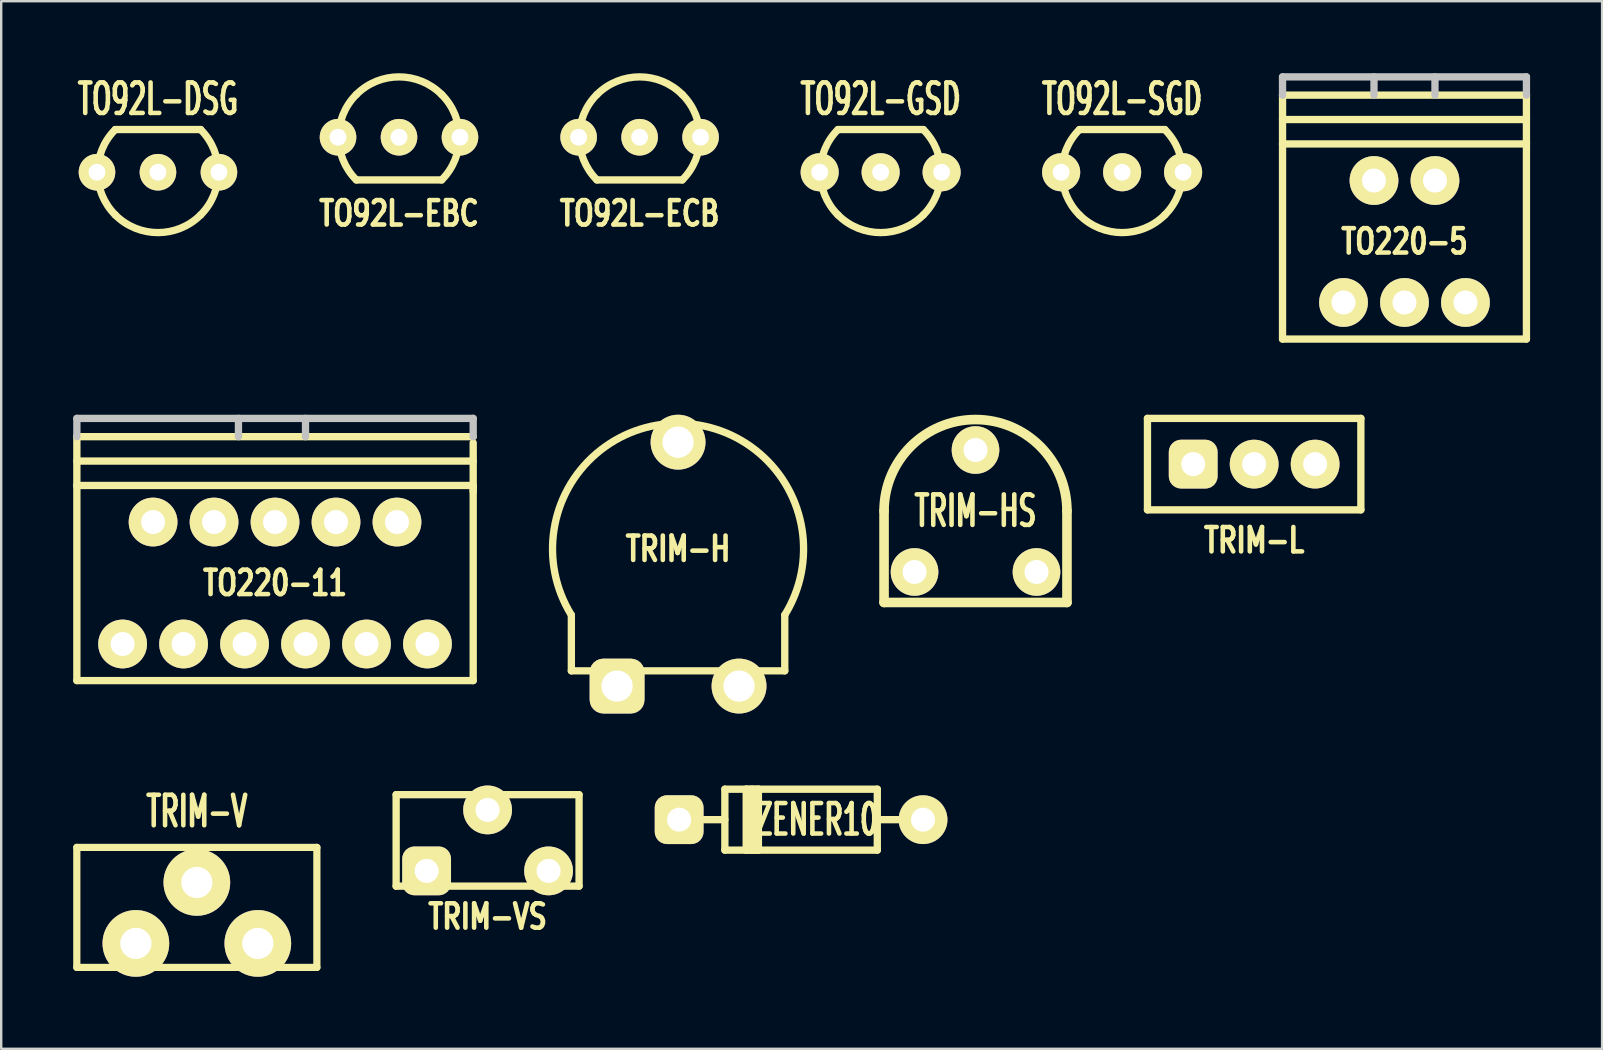
<source format=kicad_pcb>
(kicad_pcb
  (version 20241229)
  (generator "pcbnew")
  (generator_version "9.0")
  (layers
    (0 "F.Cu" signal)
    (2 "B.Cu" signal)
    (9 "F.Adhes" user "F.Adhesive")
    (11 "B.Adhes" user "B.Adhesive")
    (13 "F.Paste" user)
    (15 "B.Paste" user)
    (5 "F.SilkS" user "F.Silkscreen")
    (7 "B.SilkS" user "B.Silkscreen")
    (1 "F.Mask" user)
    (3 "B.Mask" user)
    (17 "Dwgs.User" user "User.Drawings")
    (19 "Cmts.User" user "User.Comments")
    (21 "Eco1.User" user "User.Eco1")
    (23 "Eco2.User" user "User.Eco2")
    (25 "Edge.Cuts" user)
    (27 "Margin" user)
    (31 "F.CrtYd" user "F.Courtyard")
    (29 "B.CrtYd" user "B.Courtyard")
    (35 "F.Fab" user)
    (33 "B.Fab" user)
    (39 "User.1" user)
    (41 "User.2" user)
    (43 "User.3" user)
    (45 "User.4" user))
  (footprint "TO92L-GSD"
    (layer "F.Cu")
    (at 33.635 4.125)
    (property "Reference" "TO92L-GSD" (at 0 -3.048 0) (layer "F.SilkS") (effects (font (size 1.27 0.762) (thickness 0.191))))
    (attr through_hole)
    (fp_line (start -1.778 -1.778) (end 1.778 -1.778) (stroke (width 0.305) (type solid)) (layer "F.SilkS"))
    (fp_arc (start -1.778 1.778) (mid -2.514472 0) (end -1.778 -1.778) (stroke (width 0.3048) (type solid)) (layer "F.SilkS"))
    (fp_arc (start 1.778 -1.778) (mid 2.514472 0) (end 1.778 1.778) (stroke (width 0.3048) (type solid)) (layer "F.SilkS"))
    (fp_arc (start 1.778 1.778) (mid 0 2.514472) (end -1.778 1.778) (stroke (width 0.3048) (type solid)) (layer "F.SilkS"))
    (pad "D" thru_hole circle (at -2.54 0) (size 1.587 1.587) (drill 0.7) (layers "*.Cu" "*.Mask" "F.SilkS"))
    (pad "G" thru_hole circle (at 2.54 0) (size 1.587 1.587) (drill 0.7) (layers "*.Cu" "*.Mask" "F.SilkS"))
    (pad "S" thru_hole circle (at 0 0) (size 1.587 1.587) (drill 0.7) (layers "*.Cu" "*.Mask" "F.SilkS")))
  (footprint "TRIM-L"
    (layer "F.Cu")
    (at 49.195 16.284)
    (property "Reference" "TRIM-L" (at 0 3.175 0) (layer "F.SilkS") (effects (font (size 1.016 0.762) (thickness 0.191))))
    (attr through_hole)
    (fp_line (start -4.445 -1.905) (end -4.445 1.905) (stroke (width 0.305) (type solid)) (layer "F.SilkS"))
    (fp_line (start -4.445 -1.905) (end 4.445 -1.905) (stroke (width 0.305) (type solid)) (layer "F.SilkS"))
    (fp_line (start -4.445 1.905) (end 4.445 1.905) (stroke (width 0.305) (type solid)) (layer "F.SilkS"))
    (fp_line (start 4.445 1.905) (end 4.445 -1.905) (stroke (width 0.305) (type solid)) (layer "F.SilkS"))
    (pad "1" thru_hole roundrect (at -2.54 0) (size 2.032 2.032) (drill 1) (layers "*.Cu" "*.Mask" "F.SilkS") (roundrect_rratio 0.25))
    (pad "2" thru_hole circle (at 0 0) (size 2.032 2.032) (drill 1) (layers "*.Cu" "*.Mask" "F.SilkS"))
    (pad "3" thru_hole circle (at 2.54 0) (size 2.032 2.032) (drill 1) (layers "*.Cu" "*.Mask" "F.SilkS")))
  (footprint "TO220-11"
    (layer "F.Cu")
    (at 8.407 18.697)
    (property "Reference" "TO220-11" (at 0 2.54 0) (layer "F.SilkS") (effects (font (size 1.016 0.762) (thickness 0.191))))
    (attr through_hole)
    (fp_line (start -8.255 -3.556) (end 8.255 -3.556) (stroke (width 0.305) (type solid)) (layer "F.SilkS"))
    (fp_line (start -8.255 -2.54) (end 8.255 -2.54) (stroke (width 0.305) (type solid)) (layer "F.SilkS"))
    (fp_line (start -8.255 -1.524) (end -8.255 -3.556) (stroke (width 0.305) (type solid)) (layer "F.SilkS"))
    (fp_line (start -8.255 -1.524) (end -8.255 6.604) (stroke (width 0.305) (type solid)) (layer "F.SilkS"))
    (fp_line (start -8.255 -1.524) (end 8.255 -1.524) (stroke (width 0.305) (type solid)) (layer "F.SilkS"))
    (fp_line (start -8.255 6.604) (end 8.255 6.604) (stroke (width 0.305) (type solid)) (layer "F.SilkS"))
    (fp_line (start 8.255 -3.302) (end 8.255 -1.27) (stroke (width 0.305) (type solid)) (layer "F.SilkS"))
    (fp_line (start 8.255 -1.524) (end 8.255 6.604) (stroke (width 0.305) (type solid)) (layer "F.SilkS"))
    (fp_line (start -8.255 -4.318) (end -8.255 -3.556) (stroke (width 0.305) (type solid)) (layer "Dwgs.User"))
    (fp_line (start -8.255 -4.318) (end 8.255 -4.318) (stroke (width 0.305) (type solid)) (layer "Dwgs.User"))
    (fp_line (start -1.524 -4.318) (end -1.524 -3.556) (stroke (width 0.305) (type solid)) (layer "Dwgs.User"))
    (fp_line (start 1.27 -3.556) (end 1.27 -4.318) (stroke (width 0.305) (type solid)) (layer "Dwgs.User"))
    (fp_line (start 8.255 -4.318) (end 8.255 -3.556) (stroke (width 0.305) (type solid)) (layer "Dwgs.User"))
    (pad "1" thru_hole circle (at -6.35 5.08) (size 2.032 2.032) (drill 1) (layers "*.Cu" "*.Mask" "F.SilkS"))
    (pad "2" thru_hole circle (at -5.08 0) (size 2.032 2.032) (drill 1) (layers "*.Cu" "*.Mask" "F.SilkS"))
    (pad "3" thru_hole circle (at -3.81 5.08) (size 2.032 2.032) (drill 1) (layers "*.Cu" "*.Mask" "F.SilkS"))
    (pad "4" thru_hole circle (at -2.54 0) (size 2.032 2.032) (drill 1) (layers "*.Cu" "*.Mask" "F.SilkS"))
    (pad "5" thru_hole circle (at -1.27 5.08) (size 2.032 2.032) (drill 1) (layers "*.Cu" "*.Mask" "F.SilkS"))
    (pad "6" thru_hole circle (at 0 0) (size 2.032 2.032) (drill 1) (layers "*.Cu" "*.Mask" "F.SilkS"))
    (pad "7" thru_hole circle (at 1.27 5.08) (size 2.032 2.032) (drill 1) (layers "*.Cu" "*.Mask" "F.SilkS"))
    (pad "8" thru_hole circle (at 2.54 0) (size 2.032 2.032) (drill 1) (layers "*.Cu" "*.Mask" "F.SilkS"))
    (pad "9" thru_hole circle (at 3.81 5.08) (size 2.032 2.032) (drill 1) (layers "*.Cu" "*.Mask" "F.SilkS"))
    (pad "10" thru_hole circle (at 5.08 0) (size 2.032 2.032) (drill 1) (layers "*.Cu" "*.Mask" "F.SilkS"))
    (pad "11" thru_hole circle (at 6.35 5.08) (size 2.032 2.032) (drill 1) (layers "*.Cu" "*.Mask" "F.SilkS")))
  (footprint "TO92L-SGD"
    (layer "F.Cu")
    (at 43.695 4.125)
    (property "Reference" "TO92L-SGD" (at 0 -3.048 0) (layer "F.SilkS") (effects (font (size 1.27 0.762) (thickness 0.191))))
    (attr through_hole)
    (fp_line (start -1.778 -1.778) (end 1.778 -1.778) (stroke (width 0.305) (type solid)) (layer "F.SilkS"))
    (fp_arc (start -1.778 1.778) (mid -2.514472 0) (end -1.778 -1.778) (stroke (width 0.3048) (type solid)) (layer "F.SilkS"))
    (fp_arc (start 1.778 -1.778) (mid 2.514472 0) (end 1.778 1.778) (stroke (width 0.3048) (type solid)) (layer "F.SilkS"))
    (fp_arc (start 1.778 1.778) (mid 0 2.514472) (end -1.778 1.778) (stroke (width 0.3048) (type solid)) (layer "F.SilkS"))
    (pad "D" thru_hole circle (at -2.54 0) (size 1.587 1.587) (drill 0.7) (layers "*.Cu" "*.Mask" "F.SilkS"))
    (pad "G" thru_hole circle (at 0 0) (size 1.587 1.587) (drill 0.7) (layers "*.Cu" "*.Mask" "F.SilkS"))
    (pad "S" thru_hole circle (at 2.54 0) (size 1.587 1.587) (drill 0.7) (layers "*.Cu" "*.Mask" "F.SilkS")))
  (footprint "TO92L-DSG"
    (layer "F.Cu")
    (at 3.53 4.125)
    (property "Reference" "TO92L-DSG" (at 0 -3.048 0) (layer "F.SilkS") (effects (font (size 1.27 0.762) (thickness 0.191))))
    (attr through_hole)
    (fp_line (start -1.778 -1.778) (end 1.778 -1.778) (stroke (width 0.305) (type solid)) (layer "F.SilkS"))
    (fp_arc (start -1.778 1.778) (mid -2.514472 0) (end -1.778 -1.778) (stroke (width 0.3048) (type solid)) (layer "F.SilkS"))
    (fp_arc (start 1.778 -1.778) (mid 2.514472 0) (end 1.778 1.778) (stroke (width 0.3048) (type solid)) (layer "F.SilkS"))
    (fp_arc (start 1.778 1.778) (mid 0 2.514472) (end -1.778 1.778) (stroke (width 0.3048) (type solid)) (layer "F.SilkS"))
    (pad "D" thru_hole circle (at 2.54 0) (size 1.524 1.524) (drill 0.7) (layers "*.Cu" "*.Mask" "F.SilkS"))
    (pad "G" thru_hole circle (at -2.54 0) (size 1.524 1.524) (drill 0.7) (layers "*.Cu" "*.Mask" "F.SilkS"))
    (pad "S" thru_hole circle (at 0 0) (size 1.524 1.524) (drill 0.7) (layers "*.Cu" "*.Mask" "F.SilkS")))
  (footprint "TRIM-VS"
    (layer "F.Cu")
    (at 17.262 33.229)
    (property "Reference" "TRIM-VS" (at 0 1.905 0) (layer "F.SilkS") (effects (font (size 1.016 0.762) (thickness 0.191))))
    (attr through_hole)
    (fp_line (start -3.81 -3.175) (end -3.81 0.635) (stroke (width 0.305) (type solid)) (layer "F.SilkS"))
    (fp_line (start -3.81 -3.175) (end 3.81 -3.175) (stroke (width 0.305) (type solid)) (layer "F.SilkS"))
    (fp_line (start -3.81 0.635) (end 3.81 0.635) (stroke (width 0.305) (type solid)) (layer "F.SilkS"))
    (fp_line (start 3.81 0.635) (end 3.81 -3.175) (stroke (width 0.305) (type solid)) (layer "F.SilkS"))
    (pad "1" thru_hole roundrect (at -2.54 0) (size 2.032 2.032) (drill 1) (layers "*.Cu" "*.Mask" "F.SilkS") (roundrect_rratio 0.25))
    (pad "2" thru_hole circle (at 0 -2.54) (size 2.032 2.032) (drill 1) (layers "*.Cu" "*.Mask" "F.SilkS"))
    (pad "3" thru_hole circle (at 2.54 0) (size 2.032 2.032) (drill 1) (layers "*.Cu" "*.Mask" "F.SilkS")))
  (footprint "TRIM-HS"
    (layer "F.Cu")
    (at 37.587 15.697)
    (property "Reference" "TRIM-HS" (at 0 2.54 0) (layer "F.SilkS") (effects (font (size 1.27 0.762) (thickness 0.191))))
    (attr through_hole)
    (fp_line (start -3.81 2.54) (end -3.81 6.35) (stroke (width 0.4) (type solid)) (layer "F.SilkS"))
    (fp_line (start -3.81 6.35) (end 3.81 6.35) (stroke (width 0.4) (type solid)) (layer "F.SilkS"))
    (fp_line (start 3.81 6.35) (end 3.81 2.54) (stroke (width 0.4) (type solid)) (layer "F.SilkS"))
    (fp_arc (start -3.81 2.54) (mid 0 -1.27) (end 3.81 2.54) (stroke (width 0.4) (type solid)) (layer "F.SilkS"))
    (pad "1" thru_hole circle (at -2.54 5.08) (size 1.984 1.984) (drill 1) (layers "*.Cu" "*.Mask" "F.SilkS"))
    (pad "2" thru_hole circle (at 0 0) (size 1.984 1.984) (drill 1) (layers "*.Cu" "*.Mask" "F.SilkS"))
    (pad "3" thru_hole circle (at 2.54 5.08) (size 1.984 1.984) (drill 1) (layers "*.Cu" "*.Mask" "F.SilkS")))
  (footprint "TO92L-ECB"
    (layer "F.Cu")
    (at 23.594 2.667)
    (property "Reference" "TO92L-ECB" (at 0 3.175 0) (layer "F.SilkS") (effects (font (size 1.016 0.762) (thickness 0.191))))
    (attr through_hole)
    (fp_line (start 1.778 1.778) (end -1.778 1.778) (stroke (width 0.305) (type solid)) (layer "F.SilkS"))
    (fp_arc (start -1.778 -1.778) (mid 0 -2.514472) (end 1.778 -1.778) (stroke (width 0.3048) (type solid)) (layer "F.SilkS"))
    (fp_arc (start -1.778 1.778) (mid -2.514472 0) (end -1.778 -1.778) (stroke (width 0.3048) (type solid)) (layer "F.SilkS"))
    (fp_arc (start 1.778 -1.778) (mid 2.514472 0) (end 1.778 1.778) (stroke (width 0.3048) (type solid)) (layer "F.SilkS"))
    (pad "b" thru_hole circle (at 2.54 0) (size 1.524 1.524) (drill 0.7) (layers "*.Cu" "*.Mask" "F.SilkS"))
    (pad "c" thru_hole circle (at 0 0) (size 1.524 1.524) (drill 0.7) (layers "*.Cu" "*.Mask" "F.SilkS"))
    (pad "e" thru_hole circle (at -2.54 0) (size 1.524 1.524) (drill 0.7) (layers "*.Cu" "*.Mask" "F.SilkS")))
  (footprint "TRIM-H"
    (layer "F.Cu")
    (at 25.196 25.53)
    (property "Reference" "TRIM-H" (at 0 -5.715 0) (layer "F.SilkS") (effects (font (size 1.016 0.762) (thickness 0.191))))
    (attr through_hole)
    (fp_line (start -4.445 -0.635) (end -4.445 -2.961) (stroke (width 0.305) (type solid)) (layer "F.SilkS"))
    (fp_line (start -4.445 -0.635) (end 4.445 -0.635) (stroke (width 0.305) (type solid)) (layer "F.SilkS"))
    (fp_line (start 4.445 -0.635) (end 4.445 -2.961) (stroke (width 0.305) (type solid)) (layer "F.SilkS"))
    (fp_arc (start -4.445 -2.961192) (mid 0 -10.943908) (end 4.445 -2.961192) (stroke (width 0.3048) (type solid)) (layer "F.SilkS"))
    (pad "1" thru_hole roundrect (at -2.54 0) (size 2.286 2.286) (drill 1.3) (layers "*.Cu" "*.Mask" "F.SilkS") (roundrect_rratio 0.25))
    (pad "2" thru_hole circle (at 0 -10.16) (size 2.286 2.286) (drill 1.3) (layers "*.Cu" "*.Mask" "F.SilkS"))
    (pad "3" thru_hole circle (at 2.54 0) (size 2.286 2.286) (drill 1.3) (layers "*.Cu" "*.Mask" "F.SilkS")))
  (footprint "TRIM-V"
    (layer "F.Cu")
    (at 5.15 36.25)
    (property "Reference" "TRIM-V" (at 0 -5.5 0) (layer "F.SilkS") (effects (font (size 1.27 0.762) (thickness 0.191))))
    (attr through_hole)
    (fp_line (start -5 -4) (end 5 -4) (stroke (width 0.3) (type solid)) (layer "F.SilkS"))
    (fp_line (start -5 1) (end -5 -4) (stroke (width 0.3) (type solid)) (layer "F.SilkS"))
    (fp_line (start 5 1) (end -5 1) (stroke (width 0.3) (type solid)) (layer "F.SilkS"))
    (fp_line (start 5 1) (end 5 -4) (stroke (width 0.3) (type solid)) (layer "F.SilkS"))
    (pad "1" thru_hole circle (at -2.54 0) (size 2.778 2.778) (drill 1.3) (layers "*.Cu" "*.Mask" "F.SilkS"))
    (pad "2" thru_hole circle (at 0 -2.54) (size 2.778 2.778) (drill 1.3) (layers "*.Cu" "*.Mask" "F.SilkS"))
    (pad "3" thru_hole circle (at 2.54 0) (size 2.778 2.778) (drill 1.3) (layers "*.Cu" "*.Mask" "F.SilkS")))
  (footprint "ZENER10"
    (layer "F.Cu")
    (at 30.321 31.095)
    (property "Reference" "ZENER10" (at 0.635 0 0) (layer "F.SilkS") (effects (font (size 1.27 0.762) (thickness 0.191))))
    (attr through_hole)
    (fp_line (start -3.175 -1.27) (end 3.175 -1.27) (stroke (width 0.305) (type solid)) (layer "F.SilkS"))
    (fp_line (start -3.175 0) (end -5.08 0) (stroke (width 0.305) (type solid)) (layer "F.SilkS"))
    (fp_line (start -3.175 1.27) (end -3.175 -1.27) (stroke (width 0.305) (type solid)) (layer "F.SilkS"))
    (fp_line (start -2.286 -1.27) (end -1.778 -1.27) (stroke (width 0.305) (type solid)) (layer "F.SilkS"))
    (fp_line (start -2.286 1.27) (end -2.286 -1.27) (stroke (width 0.305) (type solid)) (layer "F.SilkS"))
    (fp_line (start -2.032 -1.27) (end -2.032 1.27) (stroke (width 0.305) (type solid)) (layer "F.SilkS"))
    (fp_line (start -1.778 -1.27) (end -1.778 1.27) (stroke (width 0.305) (type solid)) (layer "F.SilkS"))
    (fp_line (start -1.778 1.27) (end -2.286 1.27) (stroke (width 0.305) (type solid)) (layer "F.SilkS"))
    (fp_line (start 3.175 -1.27) (end 3.175 1.27) (stroke (width 0.305) (type solid)) (layer "F.SilkS"))
    (fp_line (start 3.175 0) (end 5.08 0) (stroke (width 0.305) (type solid)) (layer "F.SilkS"))
    (fp_line (start 3.175 1.27) (end -3.175 1.27) (stroke (width 0.305) (type solid)) (layer "F.SilkS"))
    (pad "K" thru_hole roundrect (at -5.08 0) (size 2.032 2.032) (drill 1) (layers "*.Cu" "*.Mask" "F.SilkS") (roundrect_rratio 0.25))
    (pad "e" thru_hole circle (at 5.08 0) (size 2.032 2.032) (drill 1) (layers "*.Cu" "*.Mask" "F.SilkS")))
  (footprint "TO92L-EBC"
    (layer "F.Cu")
    (at 13.571 2.667)
    (property "Reference" "TO92L-EBC" (at 0 3.175 0) (layer "F.SilkS") (effects (font (size 1.016 0.762) (thickness 0.191))))
    (attr through_hole)
    (fp_line (start 1.778 1.778) (end -1.778 1.778) (stroke (width 0.305) (type solid)) (layer "F.SilkS"))
    (fp_arc (start -1.778 -1.778) (mid 0 -2.514472) (end 1.778 -1.778) (stroke (width 0.3048) (type solid)) (layer "F.SilkS"))
    (fp_arc (start -1.778 1.778) (mid -2.514472 0) (end -1.778 -1.778) (stroke (width 0.3048) (type solid)) (layer "F.SilkS"))
    (fp_arc (start 1.778 -1.778) (mid 2.514472 0) (end 1.778 1.778) (stroke (width 0.3048) (type solid)) (layer "F.SilkS"))
    (pad "b" thru_hole circle (at 0 0) (size 1.524 1.524) (drill 0.7) (layers "*.Cu" "*.Mask" "F.SilkS"))
    (pad "c" thru_hole circle (at 2.54 0) (size 1.524 1.524) (drill 0.7) (layers "*.Cu" "*.Mask" "F.SilkS"))
    (pad "e" thru_hole circle (at -2.54 0) (size 1.524 1.524) (drill 0.7) (layers "*.Cu" "*.Mask" "F.SilkS")))
  (footprint "TO220-5"
    (layer "F.Cu")
    (at 55.457 4.47)
    (property "Reference" "TO220-5" (at 0 2.54 0) (layer "F.SilkS") (effects (font (size 1.016 0.762) (thickness 0.191))))
    (attr through_hole)
    (fp_line (start -5.08 -3.556) (end 5.08 -3.556) (stroke (width 0.305) (type solid)) (layer "F.SilkS"))
    (fp_line (start -5.08 -2.54) (end 5.08 -2.54) (stroke (width 0.305) (type solid)) (layer "F.SilkS"))
    (fp_line (start -5.08 -1.524) (end -5.08 -3.556) (stroke (width 0.305) (type solid)) (layer "F.SilkS"))
    (fp_line (start -5.08 -1.524) (end -5.08 6.604) (stroke (width 0.305) (type solid)) (layer "F.SilkS"))
    (fp_line (start -5.08 -1.524) (end 5.08 -1.524) (stroke (width 0.305) (type solid)) (layer "F.SilkS"))
    (fp_line (start -5.08 6.604) (end 5.08 6.604) (stroke (width 0.305) (type solid)) (layer "F.SilkS"))
    (fp_line (start 5.08 -3.556) (end 5.08 -1.524) (stroke (width 0.305) (type solid)) (layer "F.SilkS"))
    (fp_line (start 5.08 -1.524) (end 5.08 6.604) (stroke (width 0.305) (type solid)) (layer "F.SilkS"))
    (fp_line (start -5.08 -4.318) (end -5.08 -3.556) (stroke (width 0.305) (type solid)) (layer "Dwgs.User"))
    (fp_line (start -5.08 -4.318) (end 5.08 -4.318) (stroke (width 0.305) (type solid)) (layer "Dwgs.User"))
    (fp_line (start -1.27 -4.318) (end -1.27 -3.556) (stroke (width 0.305) (type solid)) (layer "Dwgs.User"))
    (fp_line (start 1.27 -3.556) (end 1.27 -4.318) (stroke (width 0.305) (type solid)) (layer "Dwgs.User"))
    (fp_line (start 5.08 -4.318) (end 5.08 -3.556) (stroke (width 0.305) (type solid)) (layer "Dwgs.User"))
    (pad "1" thru_hole circle (at -2.54 5.08) (size 2.032 2.032) (drill 1) (layers "*.Cu" "*.Mask" "F.SilkS"))
    (pad "2" thru_hole circle (at -1.27 0) (size 2.032 2.032) (drill 1) (layers "*.Cu" "*.Mask" "F.SilkS"))
    (pad "3" thru_hole circle (at 0 5.08) (size 2.032 2.032) (drill 1) (layers "*.Cu" "*.Mask" "F.SilkS"))
    (pad "4" thru_hole circle (at 1.27 0) (size 2.032 2.032) (drill 1) (layers "*.Cu" "*.Mask" "F.SilkS"))
    (pad "5" thru_hole circle (at 2.54 5.08) (size 2.032 2.032) (drill 1) (layers "*.Cu" "*.Mask" "F.SilkS")))
  (gr_rect
    (start -3 -3)
    (end 63.689 40.639)
    (stroke (width 0.1) (type default))
    (fill no)
    (layer "Edge.Cuts")))
</source>
